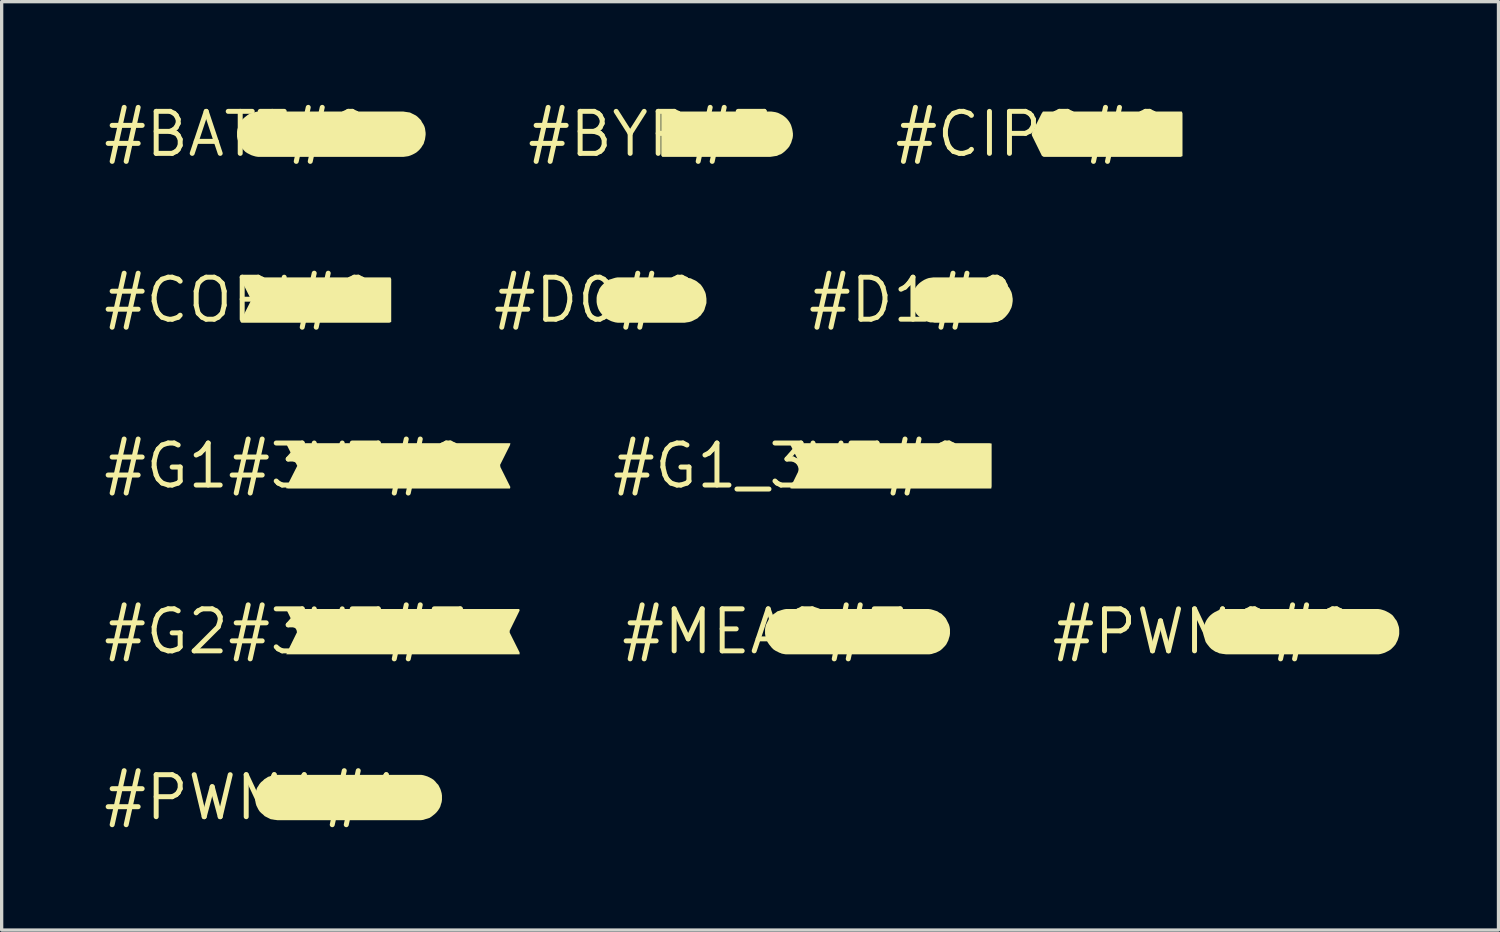
<source format=kicad_pcb>
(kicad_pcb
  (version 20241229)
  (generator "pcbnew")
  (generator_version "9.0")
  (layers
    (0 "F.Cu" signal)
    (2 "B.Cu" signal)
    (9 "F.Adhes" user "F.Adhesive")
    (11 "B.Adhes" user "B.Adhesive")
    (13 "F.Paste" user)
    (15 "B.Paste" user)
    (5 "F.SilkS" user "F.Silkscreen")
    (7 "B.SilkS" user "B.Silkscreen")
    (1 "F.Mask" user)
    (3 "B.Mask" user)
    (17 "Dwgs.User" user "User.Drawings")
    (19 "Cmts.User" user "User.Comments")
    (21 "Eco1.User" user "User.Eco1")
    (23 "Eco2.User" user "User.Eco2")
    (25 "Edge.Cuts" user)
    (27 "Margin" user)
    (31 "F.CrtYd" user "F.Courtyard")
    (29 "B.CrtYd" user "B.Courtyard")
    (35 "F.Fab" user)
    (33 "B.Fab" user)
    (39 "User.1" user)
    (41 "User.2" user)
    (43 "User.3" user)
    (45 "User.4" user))
  (footprint "#COPI#0"
    (layer "F.Cu")
    (at 4.21 6.019)
    (property "Reference" "#COPI#0" (at 0 0 0) (layer "F.SilkS") (effects (font (size 1.27 1.27) (thickness 0.15))))
    (fp_poly (pts (xy 4.565 -0.631) (xy 4.565 0.663) (xy 4.511 0.685) (xy 0.038 0.685) (xy 0.004 0.651) (xy 0.315 0.038) (xy 0.325 -0.019) (xy 0.025 -0.618) (xy 0.003 -0.685) (xy 4.543 -0.685)) (stroke (width 0) (type solid)) (fill yes) (layer "F.SilkS")))
  (footprint "#BYP#3"
    (layer "F.Cu")
    (at 16.602 1.006)
    (property "Reference" "#BYP#3" (at 0 0 0) (layer "F.SilkS") (effects (font (size 1.27 1.27) (thickness 0.15))))
    (fp_poly (pts (xy 3.731 -0.675) (xy 3.791 -0.665) (xy 3.862 -0.645) (xy 3.983 -0.584) (xy 4.043 -0.544) (xy 4.093 -0.504) (xy 4.144 -0.453) (xy 4.184 -0.403) (xy 4.224 -0.343) (xy 4.255 -0.282) (xy 4.275 -0.221) (xy 4.295 -0.151) (xy 4.305 -0.091) (xy 4.315 -0.02) (xy 4.315 0.05) (xy 4.305 0.121) (xy 4.285 0.181) (xy 4.265 0.252) (xy 4.204 0.373) (xy 4.164 0.423) (xy 4.114 0.474) (xy 4.063 0.524) (xy 4.013 0.564) (xy 3.952 0.605) (xy 3.892 0.625) (xy 3.832 0.655) (xy 3.761 0.665) (xy 3.701 0.675) (xy 3.63 0.685) (xy 0.367 0.685) (xy 0.335 0.642) (xy 0.335 -0.642) (xy 0.367 -0.685) (xy 3.66 -0.685)) (stroke (width 0) (type solid)) (fill yes) (layer "F.SilkS")))
  (footprint "#D0#0"
    (layer "F.Cu")
    (at 14.988 6.019)
    (property "Reference" "#D0#0" (at 0 0 0) (layer "F.SilkS") (effects (font (size 1.27 1.27) (thickness 0.15))))
    (fp_poly (pts (xy 0.559 0.675) (xy 0.489 0.655) (xy 0.428 0.635) (xy 0.307 0.574) (xy 0.247 0.534) (xy 0.196 0.483) (xy 0.156 0.433) (xy 0.116 0.383) (xy 0.076 0.323) (xy 0.045 0.262) (xy 0.025 0.201) (xy 0.005 0.131) (xy -0.005 0.06) (xy -0.005 -0.07) (xy 0.005 -0.141) (xy 0.025 -0.202) (xy 0.055 -0.272) (xy 0.075 -0.332) (xy 0.116 -0.393) (xy 0.156 -0.443) (xy 0.207 -0.494) (xy 0.257 -0.534) (xy 0.307 -0.574) (xy 0.368 -0.615) (xy 0.439 -0.635) (xy 0.499 -0.655) (xy 0.569 -0.675) (xy 0.63 -0.685) (xy 2.64 -0.685) (xy 2.711 -0.675) (xy 2.781 -0.665) (xy 2.842 -0.655) (xy 2.902 -0.625) (xy 2.972 -0.594) (xy 3.023 -0.564) (xy 3.083 -0.514) (xy 3.134 -0.474) (xy 3.174 -0.423) (xy 3.214 -0.363) (xy 3.275 -0.242) (xy 3.295 -0.181) (xy 3.305 -0.111) (xy 3.315 -0.04) (xy 3.315 0.091) (xy 3.295 0.161) (xy 3.275 0.221) (xy 3.255 0.292) (xy 3.224 0.353) (xy 3.184 0.403) (xy 3.144 0.463) (xy 3.093 0.504) (xy 3.043 0.554) (xy 2.862 0.645) (xy 2.791 0.665) (xy 2.721 0.675) (xy 2.66 0.685) (xy 0.63 0.685)) (stroke (width 0) (type solid)) (fill yes) (layer "F.SilkS")))
  (footprint "#PWM1#1"
    (layer "F.Cu")
    (at 4.664 21.056)
    (property "Reference" "#PWM1#1" (at 0 0 0) (layer "F.SilkS") (effects (font (size 1.27 1.27) (thickness 0.15))))
    (fp_poly (pts (xy 5.081 -0.675) (xy 5.151 -0.655) (xy 5.212 -0.635) (xy 5.333 -0.574) (xy 5.393 -0.534) (xy 5.444 -0.483) (xy 5.484 -0.433) (xy 5.534 -0.383) (xy 5.595 -0.262) (xy 5.615 -0.201) (xy 5.635 -0.131) (xy 5.645 -0.06) (xy 5.645 0.07) (xy 5.635 0.141) (xy 5.615 0.201) (xy 5.595 0.272) (xy 5.564 0.333) (xy 5.524 0.393) (xy 5.484 0.443) (xy 5.433 0.494) (xy 5.383 0.534) (xy 5.333 0.574) (xy 5.272 0.615) (xy 5.211 0.635) (xy 5.141 0.655) (xy 5.081 0.675) (xy 5.01 0.685) (xy 0.67 0.685) (xy 0.599 0.675) (xy 0.539 0.665) (xy 0.468 0.655) (xy 0.287 0.564) (xy 0.237 0.514) (xy 0.187 0.474) (xy 0.136 0.423) (xy 0.096 0.363) (xy 0.035 0.242) (xy 0.015 0.171) (xy 0.005 0.111) (xy -0.005 0.04) (xy -0.005 -0.03) (xy 0.005 -0.091) (xy 0.015 -0.161) (xy 0.035 -0.231) (xy 0.055 -0.292) (xy 0.096 -0.353) (xy 0.126 -0.403) (xy 0.176 -0.464) (xy 0.227 -0.504) (xy 0.277 -0.554) (xy 0.327 -0.584) (xy 0.388 -0.625) (xy 0.459 -0.645) (xy 0.519 -0.665) (xy 0.589 -0.675) (xy 0.66 -0.685) (xy 5.02 -0.685)) (stroke (width 0) (type solid)) (fill yes) (layer "F.SilkS")))
  (footprint "#G2#3V3#3"
    (layer "F.Cu")
    (at 5.601 16.043)
    (property "Reference" "#G2#3V3#3" (at 0 0 0) (layer "F.SilkS") (effects (font (size 1.27 1.27) (thickness 0.15))))
    (fp_poly (pts (xy 7.055 -0.639) (xy 6.755 -0.029) (xy 6.755 0.029) (xy 7.055 0.629) (xy 7.055 0.685) (xy 0.003 0.685) (xy 0.025 0.628) (xy 0.325 0.019) (xy 0.315 -0.038) (xy 0.015 -0.65) (xy 0.026 -0.685) (xy 7.044 -0.685)) (stroke (width 0) (type solid)) (fill yes) (layer "F.SilkS")))
  (footprint "#D1#0"
    (layer "F.Cu")
    (at 24.515 6.019)
    (property "Reference" "#D1#0" (at 0 0 0) (layer "F.SilkS") (effects (font (size 1.27 1.27) (thickness 0.15))))
    (fp_poly (pts (xy 2.441 -0.675) (xy 2.511 -0.665) (xy 2.571 -0.645) (xy 2.642 -0.625) (xy 2.703 -0.594) (xy 2.753 -0.554) (xy 2.813 -0.514) (xy 2.864 -0.463) (xy 2.904 -0.413) (xy 2.944 -0.363) (xy 3.005 -0.242) (xy 3.025 -0.171) (xy 3.035 -0.101) (xy 3.045 -0.04) (xy 3.045 0.03) (xy 3.035 0.101) (xy 3.025 0.161) (xy 3.005 0.232) (xy 2.944 0.353) (xy 2.904 0.413) (xy 2.864 0.463) (xy 2.813 0.514) (xy 2.763 0.554) (xy 2.703 0.594) (xy 2.642 0.625) (xy 2.581 0.645) (xy 2.511 0.665) (xy 2.451 0.675) (xy 2.38 0.685) (xy 0.68 0.685) (xy 0.62 0.675) (xy 0.549 0.675) (xy 0.479 0.655) (xy 0.418 0.635) (xy 0.357 0.604) (xy 0.297 0.564) (xy 0.247 0.524) (xy 0.197 0.484) (xy 0.146 0.433) (xy 0.106 0.373) (xy 0.045 0.252) (xy 0.025 0.191) (xy 0.005 0.121) (xy -0.005 0.05) (xy -0.005 -0.02) (xy 0.005 -0.081) (xy 0.015 -0.151) (xy 0.025 -0.211) (xy 0.055 -0.282) (xy 0.086 -0.343) (xy 0.126 -0.403) (xy 0.166 -0.453) (xy 0.217 -0.504) (xy 0.267 -0.544) (xy 0.327 -0.584) (xy 0.378 -0.614) (xy 0.448 -0.645) (xy 0.509 -0.665) (xy 0.579 -0.675) (xy 0.65 -0.685) (xy 2.37 -0.685)) (stroke (width 0) (type solid)) (fill yes) (layer "F.SilkS")))
  (footprint "#PWM0#0"
    (layer "F.Cu")
    (at 33.328 16.043)
    (property "Reference" "#PWM0#0" (at 0 0 0) (layer "F.SilkS") (effects (font (size 1.27 1.27) (thickness 0.15))))
    (fp_poly (pts (xy 5.351 -0.675) (xy 5.421 -0.655) (xy 5.482 -0.635) (xy 5.603 -0.574) (xy 5.663 -0.534) (xy 5.714 -0.494) (xy 5.754 -0.443) (xy 5.794 -0.383) (xy 5.834 -0.333) (xy 5.865 -0.262) (xy 5.885 -0.202) (xy 5.905 -0.141) (xy 5.915 -0.07) (xy 5.915 0.07) (xy 5.905 0.131) (xy 5.885 0.201) (xy 5.865 0.262) (xy 5.834 0.322) (xy 5.804 0.383) (xy 5.754 0.443) (xy 5.714 0.484) (xy 5.663 0.534) (xy 5.603 0.574) (xy 5.482 0.635) (xy 5.421 0.655) (xy 5.351 0.675) (xy 5.29 0.685) (xy 0.68 0.685) (xy 0.609 0.675) (xy 0.549 0.665) (xy 0.478 0.655) (xy 0.418 0.625) (xy 0.358 0.605) (xy 0.237 0.524) (xy 0.186 0.473) (xy 0.146 0.423) (xy 0.106 0.373) (xy 0.065 0.312) (xy 0.045 0.251) (xy 0.025 0.181) (xy 0.005 0.121) (xy -0.005 0.05) (xy -0.005 -0.02) (xy 0.005 -0.081) (xy 0.015 -0.151) (xy 0.035 -0.221) (xy 0.055 -0.282) (xy 0.086 -0.343) (xy 0.126 -0.403) (xy 0.166 -0.453) (xy 0.217 -0.504) (xy 0.267 -0.544) (xy 0.327 -0.584) (xy 0.448 -0.645) (xy 0.509 -0.665) (xy 0.579 -0.675) (xy 0.65 -0.685) (xy 5.28 -0.685)) (stroke (width 0) (type solid)) (fill yes) (layer "F.SilkS")))
  (footprint "#G1_3V3#0"
    (layer "F.Cu")
    (at 20.828 11.031)
    (property "Reference" "#G1_3V3#0" (at 0 0 0) (layer "F.SilkS") (effects (font (size 1.27 1.27) (thickness 0.15))))
    (fp_poly (pts (xy 6.095 -0.674) (xy 6.095 0.62) (xy 6.084 0.685) (xy 0.049 0.685) (xy 0.003 0.673) (xy 0.334 0.000034) (xy -0.008 -0.674) (xy 0.06 -0.685) (xy 6.03 -0.685)) (stroke (width 0) (type solid)) (fill yes) (layer "F.SilkS")))
  (footprint "#CIPO#0"
    (layer "F.Cu")
    (at 28.127 1.006)
    (property "Reference" "#CIPO#0" (at 0 0 0) (layer "F.SilkS") (effects (font (size 1.27 1.27) (thickness 0.15))))
    (fp_poly (pts (xy 4.565 -0.631) (xy 4.565 0.663) (xy 4.511 0.685) (xy 0.369 0.685) (xy 0.316 0.654) (xy 0.015 0.042) (xy 0.005 -0.021) (xy 0.306 -0.623) (xy 0.347 -0.685) (xy 4.543 -0.685)) (stroke (width 0) (type solid)) (fill yes) (layer "F.SilkS")))
  (footprint "#MEAS#3"
    (layer "F.Cu")
    (at 20.079 16.043)
    (property "Reference" "#MEAS#3" (at 0 0 0) (layer "F.SilkS") (effects (font (size 1.27 1.27) (thickness 0.15))))
    (fp_poly (pts (xy 5.011 -0.675) (xy 5.081 -0.655) (xy 5.142 -0.635) (xy 5.202 -0.615) (xy 5.263 -0.574) (xy 5.323 -0.544) (xy 5.374 -0.494) (xy 5.424 -0.443) (xy 5.464 -0.393) (xy 5.555 -0.212) (xy 5.575 -0.141) (xy 5.585 -0.07) (xy 5.585 0.06) (xy 5.575 0.131) (xy 5.555 0.191) (xy 5.535 0.262) (xy 5.474 0.383) (xy 5.434 0.433) (xy 5.384 0.484) (xy 5.333 0.534) (xy 5.283 0.574) (xy 5.162 0.635) (xy 5.091 0.655) (xy 5.031 0.675) (xy 4.96 0.685) (xy 0.62 0.685) (xy 0.559 0.675) (xy 0.489 0.655) (xy 0.428 0.635) (xy 0.307 0.574) (xy 0.247 0.534) (xy 0.196 0.483) (xy 0.156 0.433) (xy 0.116 0.383) (xy 0.076 0.323) (xy 0.045 0.262) (xy 0.025 0.201) (xy 0.005 0.131) (xy -0.005 0.06) (xy -0.005 -0.07) (xy 0.005 -0.141) (xy 0.025 -0.212) (xy 0.116 -0.393) (xy 0.156 -0.443) (xy 0.207 -0.494) (xy 0.257 -0.534) (xy 0.317 -0.574) (xy 0.368 -0.615) (xy 0.439 -0.635) (xy 0.499 -0.655) (xy 0.569 -0.675) (xy 0.63 -0.685) (xy 4.94 -0.685)) (stroke (width 0) (type solid)) (fill yes) (layer "F.SilkS")))
  (footprint "#G1#3V3#0"
    (layer "F.Cu")
    (at 5.601 11.031)
    (property "Reference" "#G1#3V3#0" (at 0 0 0) (layer "F.SilkS") (effects (font (size 1.27 1.27) (thickness 0.15))))
    (fp_poly (pts (xy 6.765 -0.628) (xy 6.465 -0.029) (xy 6.475 0.038) (xy 6.775 0.639) (xy 6.764 0.685) (xy 0.06 0.685) (xy -0.008 0.674) (xy 0.334 -0.000017) (xy 0.003 -0.662) (xy 0.049 -0.685) (xy 6.776 -0.685)) (stroke (width 0) (type solid)) (fill yes) (layer "F.SilkS")))
  (footprint "#BATT#0"
    (layer "F.Cu")
    (at 4.12 1.006)
    (property "Reference" "#BATT#0" (at 0 0 0) (layer "F.SilkS") (effects (font (size 1.27 1.27) (thickness 0.15))))
    (fp_poly (pts (xy 5.081 -0.675) (xy 5.151 -0.665) (xy 5.222 -0.655) (xy 5.403 -0.564) (xy 5.453 -0.524) (xy 5.504 -0.474) (xy 5.554 -0.423) (xy 5.584 -0.363) (xy 5.624 -0.303) (xy 5.655 -0.242) (xy 5.675 -0.181) (xy 5.685 -0.111) (xy 5.695 -0.04) (xy 5.695 0.02) (xy 5.685 0.091) (xy 5.675 0.161) (xy 5.655 0.221) (xy 5.635 0.292) (xy 5.594 0.353) (xy 5.564 0.403) (xy 5.514 0.463) (xy 5.473 0.504) (xy 5.413 0.554) (xy 5.362 0.584) (xy 5.302 0.615) (xy 5.232 0.645) (xy 5.171 0.665) (xy 5.101 0.675) (xy 5.03 0.685) (xy 0.63 0.685) (xy 0.559 0.675) (xy 0.489 0.655) (xy 0.428 0.635) (xy 0.307 0.574) (xy 0.247 0.534) (xy 0.196 0.483) (xy 0.156 0.433) (xy 0.116 0.383) (xy 0.076 0.323) (xy 0.045 0.262) (xy 0.025 0.201) (xy 0.005 0.131) (xy -0.005 0.07) (xy -0.005 -0.07) (xy 0.005 -0.141) (xy 0.025 -0.201) (xy 0.045 -0.272) (xy 0.076 -0.333) (xy 0.116 -0.383) (xy 0.156 -0.443) (xy 0.207 -0.494) (xy 0.257 -0.534) (xy 0.307 -0.574) (xy 0.368 -0.615) (xy 0.429 -0.635) (xy 0.499 -0.655) (xy 0.569 -0.675) (xy 0.63 -0.685) (xy 5.02 -0.685)) (stroke (width 0) (type solid)) (fill yes) (layer "F.SilkS")))
  (gr_rect
    (start -3 -3)
    (end 42.243 25.062)
    (stroke (width 0.1) (type default))
    (fill no)
    (layer "Edge.Cuts")))
</source>
